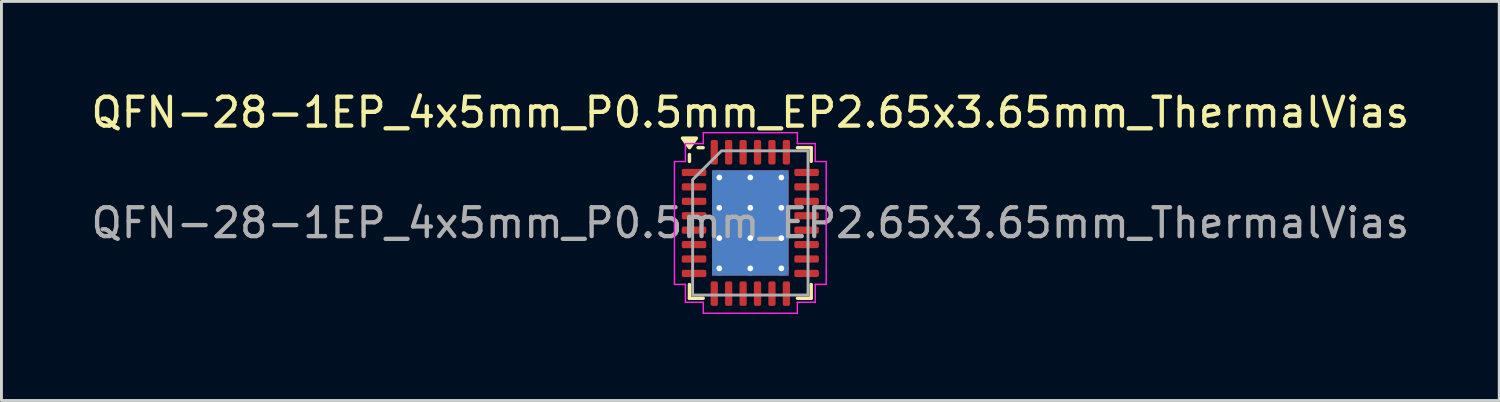
<source format=kicad_pcb>
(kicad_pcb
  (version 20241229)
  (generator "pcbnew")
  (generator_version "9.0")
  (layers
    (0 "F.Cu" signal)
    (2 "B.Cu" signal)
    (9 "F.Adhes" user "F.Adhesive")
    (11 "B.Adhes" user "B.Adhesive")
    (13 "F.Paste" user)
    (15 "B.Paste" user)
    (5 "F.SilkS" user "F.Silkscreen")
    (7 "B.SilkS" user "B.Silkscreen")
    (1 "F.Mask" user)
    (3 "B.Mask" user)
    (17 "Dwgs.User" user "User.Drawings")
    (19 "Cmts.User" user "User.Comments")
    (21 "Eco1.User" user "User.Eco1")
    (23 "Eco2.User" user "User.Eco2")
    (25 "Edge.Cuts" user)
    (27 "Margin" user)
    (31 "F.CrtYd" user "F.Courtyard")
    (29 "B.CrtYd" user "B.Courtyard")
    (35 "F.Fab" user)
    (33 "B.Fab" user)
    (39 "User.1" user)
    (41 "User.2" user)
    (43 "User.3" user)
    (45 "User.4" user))
  (footprint "QFN-28-1EP_4x5mm_P0.5mm_EP2.65x3.65mm_ThermalVias"
    (layer "F.Cu")
    (at 22.958 4.678)
    (property "Reference" "QFN-28-1EP_4x5mm_P0.5mm_EP2.65x3.65mm_ThermalVias" (at 0 -3.83 0) (layer "F.SilkS") (effects (font (size 1 1) (thickness 0.15))))
    (attr smd)
    (fp_line (start -2.11 -2.135) (end -2.11 -2.37) (stroke (width 0.12) (type solid)) (layer "F.SilkS"))
    (fp_line (start -2.11 2.61) (end -2.11 2.135) (stroke (width 0.12) (type solid)) (layer "F.SilkS"))
    (fp_line (start -1.635 -2.61) (end -1.81 -2.61) (stroke (width 0.12) (type solid)) (layer "F.SilkS"))
    (fp_line (start -1.635 2.61) (end -2.11 2.61) (stroke (width 0.12) (type solid)) (layer "F.SilkS"))
    (fp_line (start 1.635 -2.61) (end 2.11 -2.61) (stroke (width 0.12) (type solid)) (layer "F.SilkS"))
    (fp_line (start 1.635 2.61) (end 2.11 2.61) (stroke (width 0.12) (type solid)) (layer "F.SilkS"))
    (fp_line (start 2.11 -2.61) (end 2.11 -2.135) (stroke (width 0.12) (type solid)) (layer "F.SilkS"))
    (fp_line (start 2.11 2.61) (end 2.11 2.135) (stroke (width 0.12) (type solid)) (layer "F.SilkS"))
    (fp_poly (pts (xy -2.11 -2.61) (xy -2.35 -2.94) (xy -1.87 -2.94)) (stroke (width 0.12) (type solid)) (fill yes) (layer "F.SilkS"))
    (fp_line (start -2.63 -2.13) (end -2.25 -2.13) (stroke (width 0.05) (type solid)) (layer "F.CrtYd"))
    (fp_line (start -2.63 2.13) (end -2.63 -2.13) (stroke (width 0.05) (type solid)) (layer "F.CrtYd"))
    (fp_line (start -2.25 -2.75) (end -1.63 -2.75) (stroke (width 0.05) (type solid)) (layer "F.CrtYd"))
    (fp_line (start -2.25 -2.13) (end -2.25 -2.75) (stroke (width 0.05) (type solid)) (layer "F.CrtYd"))
    (fp_line (start -2.25 2.13) (end -2.63 2.13) (stroke (width 0.05) (type solid)) (layer "F.CrtYd"))
    (fp_line (start -2.25 2.75) (end -2.25 2.13) (stroke (width 0.05) (type solid)) (layer "F.CrtYd"))
    (fp_line (start -1.63 -3.13) (end 1.63 -3.13) (stroke (width 0.05) (type solid)) (layer "F.CrtYd"))
    (fp_line (start -1.63 -2.75) (end -1.63 -3.13) (stroke (width 0.05) (type solid)) (layer "F.CrtYd"))
    (fp_line (start -1.63 2.75) (end -2.25 2.75) (stroke (width 0.05) (type solid)) (layer "F.CrtYd"))
    (fp_line (start -1.63 3.13) (end -1.63 2.75) (stroke (width 0.05) (type solid)) (layer "F.CrtYd"))
    (fp_line (start 1.63 -3.13) (end 1.63 -2.75) (stroke (width 0.05) (type solid)) (layer "F.CrtYd"))
    (fp_line (start 1.63 -2.75) (end 2.25 -2.75) (stroke (width 0.05) (type solid)) (layer "F.CrtYd"))
    (fp_line (start 1.63 2.75) (end 1.63 3.13) (stroke (width 0.05) (type solid)) (layer "F.CrtYd"))
    (fp_line (start 1.63 3.13) (end -1.63 3.13) (stroke (width 0.05) (type solid)) (layer "F.CrtYd"))
    (fp_line (start 2.25 -2.75) (end 2.25 -2.13) (stroke (width 0.05) (type solid)) (layer "F.CrtYd"))
    (fp_line (start 2.25 -2.13) (end 2.63 -2.13) (stroke (width 0.05) (type solid)) (layer "F.CrtYd"))
    (fp_line (start 2.25 2.13) (end 2.25 2.75) (stroke (width 0.05) (type solid)) (layer "F.CrtYd"))
    (fp_line (start 2.25 2.75) (end 1.63 2.75) (stroke (width 0.05) (type solid)) (layer "F.CrtYd"))
    (fp_line (start 2.63 -2.13) (end 2.63 2.13) (stroke (width 0.05) (type solid)) (layer "F.CrtYd"))
    (fp_line (start 2.63 2.13) (end 2.25 2.13) (stroke (width 0.05) (type solid)) (layer "F.CrtYd"))
    (fp_poly (pts (xy -2 -1.5) (xy -2 2.5) (xy 2 2.5) (xy 2 -2.5) (xy -1 -2.5)) (stroke (width 0.1) (type solid)) (fill no) (layer "F.Fab"))
    (fp_text user "${REFERENCE}" (at 0 0 0) (layer "F.Fab") (effects (font (size 1 1) (thickness 0.15))))
    (pad "" smd roundrect (at -0.66 -1.22) (size 1.07 0.98) (layers "F.Paste") (roundrect_rratio 0.25))
    (pad "" smd roundrect (at -0.66 0) (size 1.07 0.98) (layers "F.Paste") (roundrect_rratio 0.25))
    (pad "" smd roundrect (at -0.66 1.22) (size 1.07 0.98) (layers "F.Paste") (roundrect_rratio 0.25))
    (pad "" smd roundrect (at 0.66 -1.22) (size 1.07 0.98) (layers "F.Paste") (roundrect_rratio 0.25))
    (pad "" smd roundrect (at 0.66 0) (size 1.07 0.98) (layers "F.Paste") (roundrect_rratio 0.25))
    (pad "" smd roundrect (at 0.66 1.22) (size 1.07 0.98) (layers "F.Paste") (roundrect_rratio 0.25))
    (pad "1" smd roundrect (at -1.95 -1.75) (size 0.85 0.25) (layers "F.Cu" "F.Mask" "F.Paste") (roundrect_rratio 0.25))
    (pad "2" smd roundrect (at -1.95 -1.25) (size 0.85 0.25) (layers "F.Cu" "F.Mask" "F.Paste") (roundrect_rratio 0.25))
    (pad "3" smd roundrect (at -1.95 -0.75) (size 0.85 0.25) (layers "F.Cu" "F.Mask" "F.Paste") (roundrect_rratio 0.25))
    (pad "4" smd roundrect (at -1.95 -0.25) (size 0.85 0.25) (layers "F.Cu" "F.Mask" "F.Paste") (roundrect_rratio 0.25))
    (pad "5" smd roundrect (at -1.95 0.25) (size 0.85 0.25) (layers "F.Cu" "F.Mask" "F.Paste") (roundrect_rratio 0.25))
    (pad "6" smd roundrect (at -1.95 0.75) (size 0.85 0.25) (layers "F.Cu" "F.Mask" "F.Paste") (roundrect_rratio 0.25))
    (pad "7" smd roundrect (at -1.95 1.25) (size 0.85 0.25) (layers "F.Cu" "F.Mask" "F.Paste") (roundrect_rratio 0.25))
    (pad "8" smd roundrect (at -1.95 1.75) (size 0.85 0.25) (layers "F.Cu" "F.Mask" "F.Paste") (roundrect_rratio 0.25))
    (pad "9" smd roundrect (at -1.25 2.45) (size 0.25 0.85) (layers "F.Cu" "F.Mask" "F.Paste") (roundrect_rratio 0.25))
    (pad "10" smd roundrect (at -0.75 2.45) (size 0.25 0.85) (layers "F.Cu" "F.Mask" "F.Paste") (roundrect_rratio 0.25))
    (pad "11" smd roundrect (at -0.25 2.45) (size 0.25 0.85) (layers "F.Cu" "F.Mask" "F.Paste") (roundrect_rratio 0.25))
    (pad "12" smd roundrect (at 0.25 2.45) (size 0.25 0.85) (layers "F.Cu" "F.Mask" "F.Paste") (roundrect_rratio 0.25))
    (pad "13" smd roundrect (at 0.75 2.45) (size 0.25 0.85) (layers "F.Cu" "F.Mask" "F.Paste") (roundrect_rratio 0.25))
    (pad "14" smd roundrect (at 1.25 2.45) (size 0.25 0.85) (layers "F.Cu" "F.Mask" "F.Paste") (roundrect_rratio 0.25))
    (pad "15" smd roundrect (at 1.95 1.75) (size 0.85 0.25) (layers "F.Cu" "F.Mask" "F.Paste") (roundrect_rratio 0.25))
    (pad "16" smd roundrect (at 1.95 1.25) (size 0.85 0.25) (layers "F.Cu" "F.Mask" "F.Paste") (roundrect_rratio 0.25))
    (pad "17" smd roundrect (at 1.95 0.75) (size 0.85 0.25) (layers "F.Cu" "F.Mask" "F.Paste") (roundrect_rratio 0.25))
    (pad "18" smd roundrect (at 1.95 0.25) (size 0.85 0.25) (layers "F.Cu" "F.Mask" "F.Paste") (roundrect_rratio 0.25))
    (pad "19" smd roundrect (at 1.95 -0.25) (size 0.85 0.25) (layers "F.Cu" "F.Mask" "F.Paste") (roundrect_rratio 0.25))
    (pad "20" smd roundrect (at 1.95 -0.75) (size 0.85 0.25) (layers "F.Cu" "F.Mask" "F.Paste") (roundrect_rratio 0.25))
    (pad "21" smd roundrect (at 1.95 -1.25) (size 0.85 0.25) (layers "F.Cu" "F.Mask" "F.Paste") (roundrect_rratio 0.25))
    (pad "22" smd roundrect (at 1.95 -1.75) (size 0.85 0.25) (layers "F.Cu" "F.Mask" "F.Paste") (roundrect_rratio 0.25))
    (pad "23" smd roundrect (at 1.25 -2.45) (size 0.25 0.85) (layers "F.Cu" "F.Mask" "F.Paste") (roundrect_rratio 0.25))
    (pad "24" smd roundrect (at 0.75 -2.45) (size 0.25 0.85) (layers "F.Cu" "F.Mask" "F.Paste") (roundrect_rratio 0.25))
    (pad "25" smd roundrect (at 0.25 -2.45) (size 0.25 0.85) (layers "F.Cu" "F.Mask" "F.Paste") (roundrect_rratio 0.25))
    (pad "26" smd roundrect (at -0.25 -2.45) (size 0.25 0.85) (layers "F.Cu" "F.Mask" "F.Paste") (roundrect_rratio 0.25))
    (pad "27" smd roundrect (at -0.75 -2.45) (size 0.25 0.85) (layers "F.Cu" "F.Mask" "F.Paste") (roundrect_rratio 0.25))
    (pad "28" smd roundrect (at -1.25 -2.45) (size 0.25 0.85) (layers "F.Cu" "F.Mask" "F.Paste") (roundrect_rratio 0.25))
    (pad "29" thru_hole circle (at -1.075 -1.575) (size 0.5 0.5) (drill 0.2) (property pad_prop_heatsink) (layers "*.Cu"))
    (pad "29" thru_hole circle (at -1.075 -0.525) (size 0.5 0.5) (drill 0.2) (property pad_prop_heatsink) (layers "*.Cu"))
    (pad "29" thru_hole circle (at -1.075 0.525) (size 0.5 0.5) (drill 0.2) (property pad_prop_heatsink) (layers "*.Cu"))
    (pad "29" thru_hole circle (at -1.075 1.575) (size 0.5 0.5) (drill 0.2) (property pad_prop_heatsink) (layers "*.Cu"))
    (pad "29" thru_hole circle (at 0 -1.575) (size 0.5 0.5) (drill 0.2) (property pad_prop_heatsink) (layers "*.Cu"))
    (pad "29" thru_hole circle (at 0 -0.525) (size 0.5 0.5) (drill 0.2) (property pad_prop_heatsink) (layers "*.Cu"))
    (pad "29" smd rect (at 0 0) (size 2.65 3.65) (property pad_prop_heatsink) (layers "F.Cu" "F.Mask"))
    (pad "29" smd rect (at 0 0) (size 2.65 3.65) (property pad_prop_heatsink) (layers "B.Cu"))
    (pad "29" thru_hole circle (at 0 0.525) (size 0.5 0.5) (drill 0.2) (property pad_prop_heatsink) (layers "*.Cu"))
    (pad "29" thru_hole circle (at 0 1.575) (size 0.5 0.5) (drill 0.2) (property pad_prop_heatsink) (layers "*.Cu"))
    (pad "29" thru_hole circle (at 1.075 -1.575) (size 0.5 0.5) (drill 0.2) (property pad_prop_heatsink) (layers "*.Cu"))
    (pad "29" thru_hole circle (at 1.075 -0.525) (size 0.5 0.5) (drill 0.2) (property pad_prop_heatsink) (layers "*.Cu"))
    (pad "29" thru_hole circle (at 1.075 0.525) (size 0.5 0.5) (drill 0.2) (property pad_prop_heatsink) (layers "*.Cu"))
    (pad "29" thru_hole circle (at 1.075 1.575) (size 0.5 0.5) (drill 0.2) (property pad_prop_heatsink) (layers "*.Cu")))
  (gr_rect
    (start -3 -3)
    (end 48.917 10.833)
    (stroke (width 0.1) (type default))
    (fill no)
    (layer "Edge.Cuts")))
</source>
